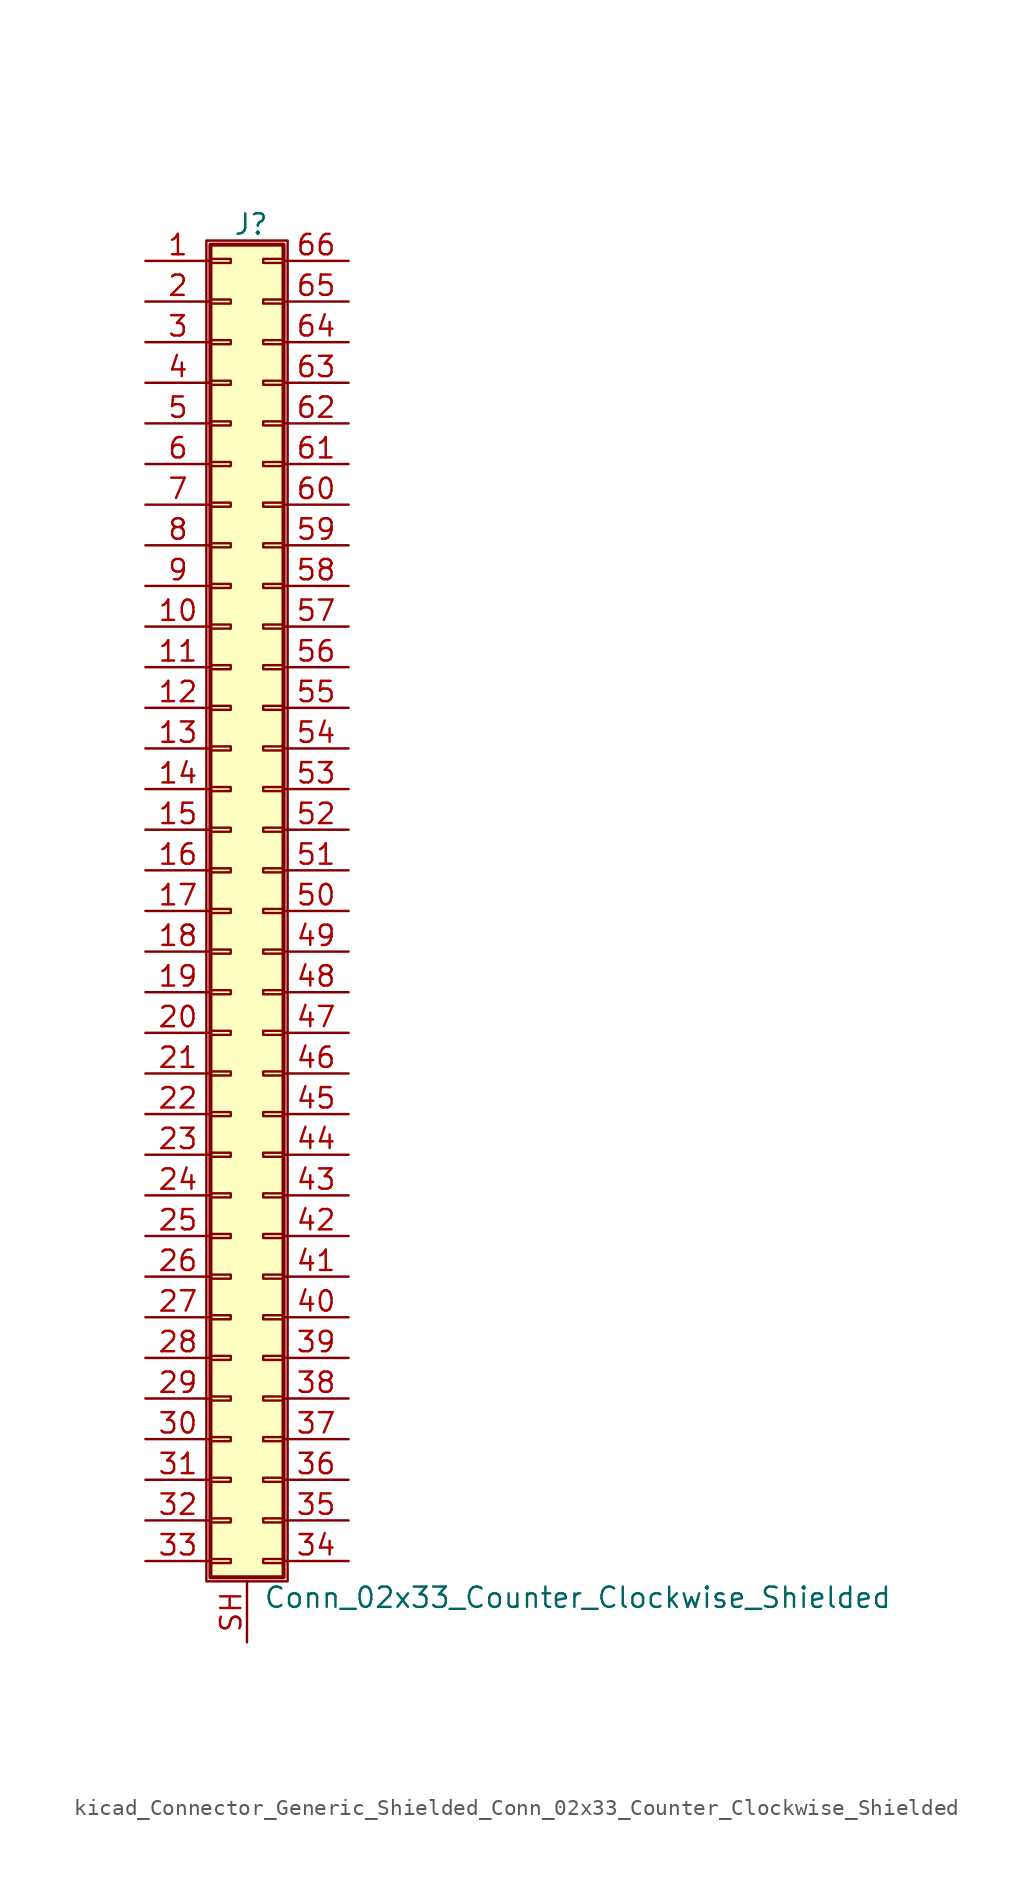
<source format=kicad_sym>
(kicad_symbol_lib
  (version 20220914)
  (generator kicad_symbol_editor)
  (symbol "kicad_Connector_Generic_Shielded_Conn_02x33_Counter_Clockwise_Shielded"
    (pin_names
      (offset 1.016) hide)
    (property "Reference" "J"
      (at 1.524 42.926 0)
      (effects (font (size 1.27 1.27))))
    (property "Value" "Conn_02x33_Counter_Clockwise_Shielded"
      (at 2.286 -42.926 0)
      (effects (font (size 1.27 1.27)) (justify left)))
    (symbol "kicad_Connector_Generic_Shielded_Conn_02x33_Counter_Clockwise_Shielded_1_1"
      (rectangle (start -1.27 41.91) (end 3.81 -41.91) (stroke (width 0.152) (type default)) (fill (type none)))
      (rectangle (start -1.016 -40.513) (end 0.254 -40.767) (stroke (width 0.152) (type default)) (fill (type none)))
      (rectangle (start -1.016 -37.973) (end 0.254 -38.227) (stroke (width 0.152) (type default)) (fill (type none)))
      (rectangle (start -1.016 -35.433) (end 0.254 -35.687) (stroke (width 0.152) (type default)) (fill (type none)))
      (rectangle (start -1.016 -32.893) (end 0.254 -33.147) (stroke (width 0.152) (type default)) (fill (type none)))
      (rectangle (start -1.016 -30.353) (end 0.254 -30.607) (stroke (width 0.152) (type default)) (fill (type none)))
      (rectangle (start -1.016 -27.813) (end 0.254 -28.067) (stroke (width 0.152) (type default)) (fill (type none)))
      (rectangle (start -1.016 -25.273) (end 0.254 -25.527) (stroke (width 0.152) (type default)) (fill (type none)))
      (rectangle (start -1.016 -22.733) (end 0.254 -22.987) (stroke (width 0.152) (type default)) (fill (type none)))
      (rectangle (start -1.016 -20.193) (end 0.254 -20.447) (stroke (width 0.152) (type default)) (fill (type none)))
      (rectangle (start -1.016 -17.653) (end 0.254 -17.907) (stroke (width 0.152) (type default)) (fill (type none)))
      (rectangle (start -1.016 -15.113) (end 0.254 -15.367) (stroke (width 0.152) (type default)) (fill (type none)))
      (rectangle (start -1.016 -12.573) (end 0.254 -12.827) (stroke (width 0.152) (type default)) (fill (type none)))
      (rectangle (start -1.016 -10.033) (end 0.254 -10.287) (stroke (width 0.152) (type default)) (fill (type none)))
      (rectangle (start -1.016 -7.493) (end 0.254 -7.747) (stroke (width 0.152) (type default)) (fill (type none)))
      (rectangle (start -1.016 -4.953) (end 0.254 -5.207) (stroke (width 0.152) (type default)) (fill (type none)))
      (rectangle (start -1.016 -2.413) (end 0.254 -2.667) (stroke (width 0.152) (type default)) (fill (type none)))
      (rectangle (start -1.016 0.127) (end 0.254 -0.127) (stroke (width 0.152) (type default)) (fill (type none)))
      (rectangle (start -1.016 2.667) (end 0.254 2.413) (stroke (width 0.152) (type default)) (fill (type none)))
      (rectangle (start -1.016 5.207) (end 0.254 4.953) (stroke (width 0.152) (type default)) (fill (type none)))
      (rectangle (start -1.016 7.747) (end 0.254 7.493) (stroke (width 0.152) (type default)) (fill (type none)))
      (rectangle (start -1.016 10.287) (end 0.254 10.033) (stroke (width 0.152) (type default)) (fill (type none)))
      (rectangle (start -1.016 12.827) (end 0.254 12.573) (stroke (width 0.152) (type default)) (fill (type none)))
      (rectangle (start -1.016 15.367) (end 0.254 15.113) (stroke (width 0.152) (type default)) (fill (type none)))
      (rectangle (start -1.016 17.907) (end 0.254 17.653) (stroke (width 0.152) (type default)) (fill (type none)))
      (rectangle (start -1.016 20.447) (end 0.254 20.193) (stroke (width 0.152) (type default)) (fill (type none)))
      (rectangle (start -1.016 22.987) (end 0.254 22.733) (stroke (width 0.152) (type default)) (fill (type none)))
      (rectangle (start -1.016 25.527) (end 0.254 25.273) (stroke (width 0.152) (type default)) (fill (type none)))
      (rectangle (start -1.016 28.067) (end 0.254 27.813) (stroke (width 0.152) (type default)) (fill (type none)))
      (rectangle (start -1.016 30.607) (end 0.254 30.353) (stroke (width 0.152) (type default)) (fill (type none)))
      (rectangle (start -1.016 33.147) (end 0.254 32.893) (stroke (width 0.152) (type default)) (fill (type none)))
      (rectangle (start -1.016 35.687) (end 0.254 35.433) (stroke (width 0.152) (type default)) (fill (type none)))
      (rectangle (start -1.016 38.227) (end 0.254 37.973) (stroke (width 0.152) (type default)) (fill (type none)))
      (rectangle (start -1.016 40.767) (end 0.254 40.513) (stroke (width 0.152) (type default)) (fill (type none)))
      (rectangle (start -1.016 41.656) (end 3.556 -41.656) (stroke (width 0.254) (type default)) (fill (type background)))
      (rectangle (start 3.556 -40.513) (end 2.286 -40.767) (stroke (width 0.152) (type default)) (fill (type none)))
      (rectangle (start 3.556 -37.973) (end 2.286 -38.227) (stroke (width 0.152) (type default)) (fill (type none)))
      (rectangle (start 3.556 -35.433) (end 2.286 -35.687) (stroke (width 0.152) (type default)) (fill (type none)))
      (rectangle (start 3.556 -32.893) (end 2.286 -33.147) (stroke (width 0.152) (type default)) (fill (type none)))
      (rectangle (start 3.556 -30.353) (end 2.286 -30.607) (stroke (width 0.152) (type default)) (fill (type none)))
      (rectangle (start 3.556 -27.813) (end 2.286 -28.067) (stroke (width 0.152) (type default)) (fill (type none)))
      (rectangle (start 3.556 -25.273) (end 2.286 -25.527) (stroke (width 0.152) (type default)) (fill (type none)))
      (rectangle (start 3.556 -22.733) (end 2.286 -22.987) (stroke (width 0.152) (type default)) (fill (type none)))
      (rectangle (start 3.556 -20.193) (end 2.286 -20.447) (stroke (width 0.152) (type default)) (fill (type none)))
      (rectangle (start 3.556 -17.653) (end 2.286 -17.907) (stroke (width 0.152) (type default)) (fill (type none)))
      (rectangle (start 3.556 -15.113) (end 2.286 -15.367) (stroke (width 0.152) (type default)) (fill (type none)))
      (rectangle (start 3.556 -12.573) (end 2.286 -12.827) (stroke (width 0.152) (type default)) (fill (type none)))
      (rectangle (start 3.556 -10.033) (end 2.286 -10.287) (stroke (width 0.152) (type default)) (fill (type none)))
      (rectangle (start 3.556 -7.493) (end 2.286 -7.747) (stroke (width 0.152) (type default)) (fill (type none)))
      (rectangle (start 3.556 -4.953) (end 2.286 -5.207) (stroke (width 0.152) (type default)) (fill (type none)))
      (rectangle (start 3.556 -2.413) (end 2.286 -2.667) (stroke (width 0.152) (type default)) (fill (type none)))
      (rectangle (start 3.556 0.127) (end 2.286 -0.127) (stroke (width 0.152) (type default)) (fill (type none)))
      (rectangle (start 3.556 2.667) (end 2.286 2.413) (stroke (width 0.152) (type default)) (fill (type none)))
      (rectangle (start 3.556 5.207) (end 2.286 4.953) (stroke (width 0.152) (type default)) (fill (type none)))
      (rectangle (start 3.556 7.747) (end 2.286 7.493) (stroke (width 0.152) (type default)) (fill (type none)))
      (rectangle (start 3.556 10.287) (end 2.286 10.033) (stroke (width 0.152) (type default)) (fill (type none)))
      (rectangle (start 3.556 12.827) (end 2.286 12.573) (stroke (width 0.152) (type default)) (fill (type none)))
      (rectangle (start 3.556 15.367) (end 2.286 15.113) (stroke (width 0.152) (type default)) (fill (type none)))
      (rectangle (start 3.556 17.907) (end 2.286 17.653) (stroke (width 0.152) (type default)) (fill (type none)))
      (rectangle (start 3.556 20.447) (end 2.286 20.193) (stroke (width 0.152) (type default)) (fill (type none)))
      (rectangle (start 3.556 22.987) (end 2.286 22.733) (stroke (width 0.152) (type default)) (fill (type none)))
      (rectangle (start 3.556 25.527) (end 2.286 25.273) (stroke (width 0.152) (type default)) (fill (type none)))
      (rectangle (start 3.556 28.067) (end 2.286 27.813) (stroke (width 0.152) (type default)) (fill (type none)))
      (rectangle (start 3.556 30.607) (end 2.286 30.353) (stroke (width 0.152) (type default)) (fill (type none)))
      (rectangle (start 3.556 33.147) (end 2.286 32.893) (stroke (width 0.152) (type default)) (fill (type none)))
      (rectangle (start 3.556 35.687) (end 2.286 35.433) (stroke (width 0.152) (type default)) (fill (type none)))
      (rectangle (start 3.556 38.227) (end 2.286 37.973) (stroke (width 0.152) (type default)) (fill (type none)))
      (rectangle (start 3.556 40.767) (end 2.286 40.513) (stroke (width 0.152) (type default)) (fill (type none)))
      (pin passive line (at -5.08 40.64 0) (length 4.064) (name "Pin_1" (effects (font (size 1.27 1.27)))) (number "1" (effects (font (size 1.27 1.27)))))
      (pin passive line (at -5.08 17.78 0) (length 4.064) (name "Pin_10" (effects (font (size 1.27 1.27)))) (number "10" (effects (font (size 1.27 1.27)))))
      (pin passive line (at -5.08 15.24 0) (length 4.064) (name "Pin_11" (effects (font (size 1.27 1.27)))) (number "11" (effects (font (size 1.27 1.27)))))
      (pin passive line (at -5.08 12.7 0) (length 4.064) (name "Pin_12" (effects (font (size 1.27 1.27)))) (number "12" (effects (font (size 1.27 1.27)))))
      (pin passive line (at -5.08 10.16 0) (length 4.064) (name "Pin_13" (effects (font (size 1.27 1.27)))) (number "13" (effects (font (size 1.27 1.27)))))
      (pin passive line (at -5.08 7.62 0) (length 4.064) (name "Pin_14" (effects (font (size 1.27 1.27)))) (number "14" (effects (font (size 1.27 1.27)))))
      (pin passive line (at -5.08 5.08 0) (length 4.064) (name "Pin_15" (effects (font (size 1.27 1.27)))) (number "15" (effects (font (size 1.27 1.27)))))
      (pin passive line (at -5.08 2.54 0) (length 4.064) (name "Pin_16" (effects (font (size 1.27 1.27)))) (number "16" (effects (font (size 1.27 1.27)))))
      (pin passive line (at -5.08 0 0) (length 4.064) (name "Pin_17" (effects (font (size 1.27 1.27)))) (number "17" (effects (font (size 1.27 1.27)))))
      (pin passive line (at -5.08 -2.54 0) (length 4.064) (name "Pin_18" (effects (font (size 1.27 1.27)))) (number "18" (effects (font (size 1.27 1.27)))))
      (pin passive line (at -5.08 -5.08 0) (length 4.064) (name "Pin_19" (effects (font (size 1.27 1.27)))) (number "19" (effects (font (size 1.27 1.27)))))
      (pin passive line (at -5.08 38.1 0) (length 4.064) (name "Pin_2" (effects (font (size 1.27 1.27)))) (number "2" (effects (font (size 1.27 1.27)))))
      (pin passive line (at -5.08 -7.62 0) (length 4.064) (name "Pin_20" (effects (font (size 1.27 1.27)))) (number "20" (effects (font (size 1.27 1.27)))))
      (pin passive line (at -5.08 -10.16 0) (length 4.064) (name "Pin_21" (effects (font (size 1.27 1.27)))) (number "21" (effects (font (size 1.27 1.27)))))
      (pin passive line (at -5.08 -12.7 0) (length 4.064) (name "Pin_22" (effects (font (size 1.27 1.27)))) (number "22" (effects (font (size 1.27 1.27)))))
      (pin passive line (at -5.08 -15.24 0) (length 4.064) (name "Pin_23" (effects (font (size 1.27 1.27)))) (number "23" (effects (font (size 1.27 1.27)))))
      (pin passive line (at -5.08 -17.78 0) (length 4.064) (name "Pin_24" (effects (font (size 1.27 1.27)))) (number "24" (effects (font (size 1.27 1.27)))))
      (pin passive line (at -5.08 -20.32 0) (length 4.064) (name "Pin_25" (effects (font (size 1.27 1.27)))) (number "25" (effects (font (size 1.27 1.27)))))
      (pin passive line (at -5.08 -22.86 0) (length 4.064) (name "Pin_26" (effects (font (size 1.27 1.27)))) (number "26" (effects (font (size 1.27 1.27)))))
      (pin passive line (at -5.08 -25.4 0) (length 4.064) (name "Pin_27" (effects (font (size 1.27 1.27)))) (number "27" (effects (font (size 1.27 1.27)))))
      (pin passive line (at -5.08 -27.94 0) (length 4.064) (name "Pin_28" (effects (font (size 1.27 1.27)))) (number "28" (effects (font (size 1.27 1.27)))))
      (pin passive line (at -5.08 -30.48 0) (length 4.064) (name "Pin_29" (effects (font (size 1.27 1.27)))) (number "29" (effects (font (size 1.27 1.27)))))
      (pin passive line (at -5.08 35.56 0) (length 4.064) (name "Pin_3" (effects (font (size 1.27 1.27)))) (number "3" (effects (font (size 1.27 1.27)))))
      (pin passive line (at -5.08 -33.02 0) (length 4.064) (name "Pin_30" (effects (font (size 1.27 1.27)))) (number "30" (effects (font (size 1.27 1.27)))))
      (pin passive line (at -5.08 -35.56 0) (length 4.064) (name "Pin_31" (effects (font (size 1.27 1.27)))) (number "31" (effects (font (size 1.27 1.27)))))
      (pin passive line (at -5.08 -38.1 0) (length 4.064) (name "Pin_32" (effects (font (size 1.27 1.27)))) (number "32" (effects (font (size 1.27 1.27)))))
      (pin passive line (at -5.08 -40.64 0) (length 4.064) (name "Pin_33" (effects (font (size 1.27 1.27)))) (number "33" (effects (font (size 1.27 1.27)))))
      (pin passive line (at 7.62 -40.64 180) (length 4.064) (name "Pin_34" (effects (font (size 1.27 1.27)))) (number "34" (effects (font (size 1.27 1.27)))))
      (pin passive line (at 7.62 -38.1 180) (length 4.064) (name "Pin_35" (effects (font (size 1.27 1.27)))) (number "35" (effects (font (size 1.27 1.27)))))
      (pin passive line (at 7.62 -35.56 180) (length 4.064) (name "Pin_36" (effects (font (size 1.27 1.27)))) (number "36" (effects (font (size 1.27 1.27)))))
      (pin passive line (at 7.62 -33.02 180) (length 4.064) (name "Pin_37" (effects (font (size 1.27 1.27)))) (number "37" (effects (font (size 1.27 1.27)))))
      (pin passive line (at 7.62 -30.48 180) (length 4.064) (name "Pin_38" (effects (font (size 1.27 1.27)))) (number "38" (effects (font (size 1.27 1.27)))))
      (pin passive line (at 7.62 -27.94 180) (length 4.064) (name "Pin_39" (effects (font (size 1.27 1.27)))) (number "39" (effects (font (size 1.27 1.27)))))
      (pin passive line (at -5.08 33.02 0) (length 4.064) (name "Pin_4" (effects (font (size 1.27 1.27)))) (number "4" (effects (font (size 1.27 1.27)))))
      (pin passive line (at 7.62 -25.4 180) (length 4.064) (name "Pin_40" (effects (font (size 1.27 1.27)))) (number "40" (effects (font (size 1.27 1.27)))))
      (pin passive line (at 7.62 -22.86 180) (length 4.064) (name "Pin_41" (effects (font (size 1.27 1.27)))) (number "41" (effects (font (size 1.27 1.27)))))
      (pin passive line (at 7.62 -20.32 180) (length 4.064) (name "Pin_42" (effects (font (size 1.27 1.27)))) (number "42" (effects (font (size 1.27 1.27)))))
      (pin passive line (at 7.62 -17.78 180) (length 4.064) (name "Pin_43" (effects (font (size 1.27 1.27)))) (number "43" (effects (font (size 1.27 1.27)))))
      (pin passive line (at 7.62 -15.24 180) (length 4.064) (name "Pin_44" (effects (font (size 1.27 1.27)))) (number "44" (effects (font (size 1.27 1.27)))))
      (pin passive line (at 7.62 -12.7 180) (length 4.064) (name "Pin_45" (effects (font (size 1.27 1.27)))) (number "45" (effects (font (size 1.27 1.27)))))
      (pin passive line (at 7.62 -10.16 180) (length 4.064) (name "Pin_46" (effects (font (size 1.27 1.27)))) (number "46" (effects (font (size 1.27 1.27)))))
      (pin passive line (at 7.62 -7.62 180) (length 4.064) (name "Pin_47" (effects (font (size 1.27 1.27)))) (number "47" (effects (font (size 1.27 1.27)))))
      (pin passive line (at 7.62 -5.08 180) (length 4.064) (name "Pin_48" (effects (font (size 1.27 1.27)))) (number "48" (effects (font (size 1.27 1.27)))))
      (pin passive line (at 7.62 -2.54 180) (length 4.064) (name "Pin_49" (effects (font (size 1.27 1.27)))) (number "49" (effects (font (size 1.27 1.27)))))
      (pin passive line (at -5.08 30.48 0) (length 4.064) (name "Pin_5" (effects (font (size 1.27 1.27)))) (number "5" (effects (font (size 1.27 1.27)))))
      (pin passive line (at 7.62 0 180) (length 4.064) (name "Pin_50" (effects (font (size 1.27 1.27)))) (number "50" (effects (font (size 1.27 1.27)))))
      (pin passive line (at 7.62 2.54 180) (length 4.064) (name "Pin_51" (effects (font (size 1.27 1.27)))) (number "51" (effects (font (size 1.27 1.27)))))
      (pin passive line (at 7.62 5.08 180) (length 4.064) (name "Pin_52" (effects (font (size 1.27 1.27)))) (number "52" (effects (font (size 1.27 1.27)))))
      (pin passive line (at 7.62 7.62 180) (length 4.064) (name "Pin_53" (effects (font (size 1.27 1.27)))) (number "53" (effects (font (size 1.27 1.27)))))
      (pin passive line (at 7.62 10.16 180) (length 4.064) (name "Pin_54" (effects (font (size 1.27 1.27)))) (number "54" (effects (font (size 1.27 1.27)))))
      (pin passive line (at 7.62 12.7 180) (length 4.064) (name "Pin_55" (effects (font (size 1.27 1.27)))) (number "55" (effects (font (size 1.27 1.27)))))
      (pin passive line (at 7.62 15.24 180) (length 4.064) (name "Pin_56" (effects (font (size 1.27 1.27)))) (number "56" (effects (font (size 1.27 1.27)))))
      (pin passive line (at 7.62 17.78 180) (length 4.064) (name "Pin_57" (effects (font (size 1.27 1.27)))) (number "57" (effects (font (size 1.27 1.27)))))
      (pin passive line (at 7.62 20.32 180) (length 4.064) (name "Pin_58" (effects (font (size 1.27 1.27)))) (number "58" (effects (font (size 1.27 1.27)))))
      (pin passive line (at 7.62 22.86 180) (length 4.064) (name "Pin_59" (effects (font (size 1.27 1.27)))) (number "59" (effects (font (size 1.27 1.27)))))
      (pin passive line (at -5.08 27.94 0) (length 4.064) (name "Pin_6" (effects (font (size 1.27 1.27)))) (number "6" (effects (font (size 1.27 1.27)))))
      (pin passive line (at 7.62 25.4 180) (length 4.064) (name "Pin_60" (effects (font (size 1.27 1.27)))) (number "60" (effects (font (size 1.27 1.27)))))
      (pin passive line (at 7.62 27.94 180) (length 4.064) (name "Pin_61" (effects (font (size 1.27 1.27)))) (number "61" (effects (font (size 1.27 1.27)))))
      (pin passive line (at 7.62 30.48 180) (length 4.064) (name "Pin_62" (effects (font (size 1.27 1.27)))) (number "62" (effects (font (size 1.27 1.27)))))
      (pin passive line (at 7.62 33.02 180) (length 4.064) (name "Pin_63" (effects (font (size 1.27 1.27)))) (number "63" (effects (font (size 1.27 1.27)))))
      (pin passive line (at 7.62 35.56 180) (length 4.064) (name "Pin_64" (effects (font (size 1.27 1.27)))) (number "64" (effects (font (size 1.27 1.27)))))
      (pin passive line (at 7.62 38.1 180) (length 4.064) (name "Pin_65" (effects (font (size 1.27 1.27)))) (number "65" (effects (font (size 1.27 1.27)))))
      (pin passive line (at 7.62 40.64 180) (length 4.064) (name "Pin_66" (effects (font (size 1.27 1.27)))) (number "66" (effects (font (size 1.27 1.27)))))
      (pin passive line (at -5.08 25.4 0) (length 4.064) (name "Pin_7" (effects (font (size 1.27 1.27)))) (number "7" (effects (font (size 1.27 1.27)))))
      (pin passive line (at -5.08 22.86 0) (length 4.064) (name "Pin_8" (effects (font (size 1.27 1.27)))) (number "8" (effects (font (size 1.27 1.27)))))
      (pin passive line (at -5.08 20.32 0) (length 4.064) (name "Pin_9" (effects (font (size 1.27 1.27)))) (number "9" (effects (font (size 1.27 1.27)))))
      (pin passive line (at 1.27 -45.72 90) (length 3.81) (name "Shield" (effects (font (size 1.27 1.27)))) (number "SH" (effects (font (size 1.27 1.27))))))))
</source>
